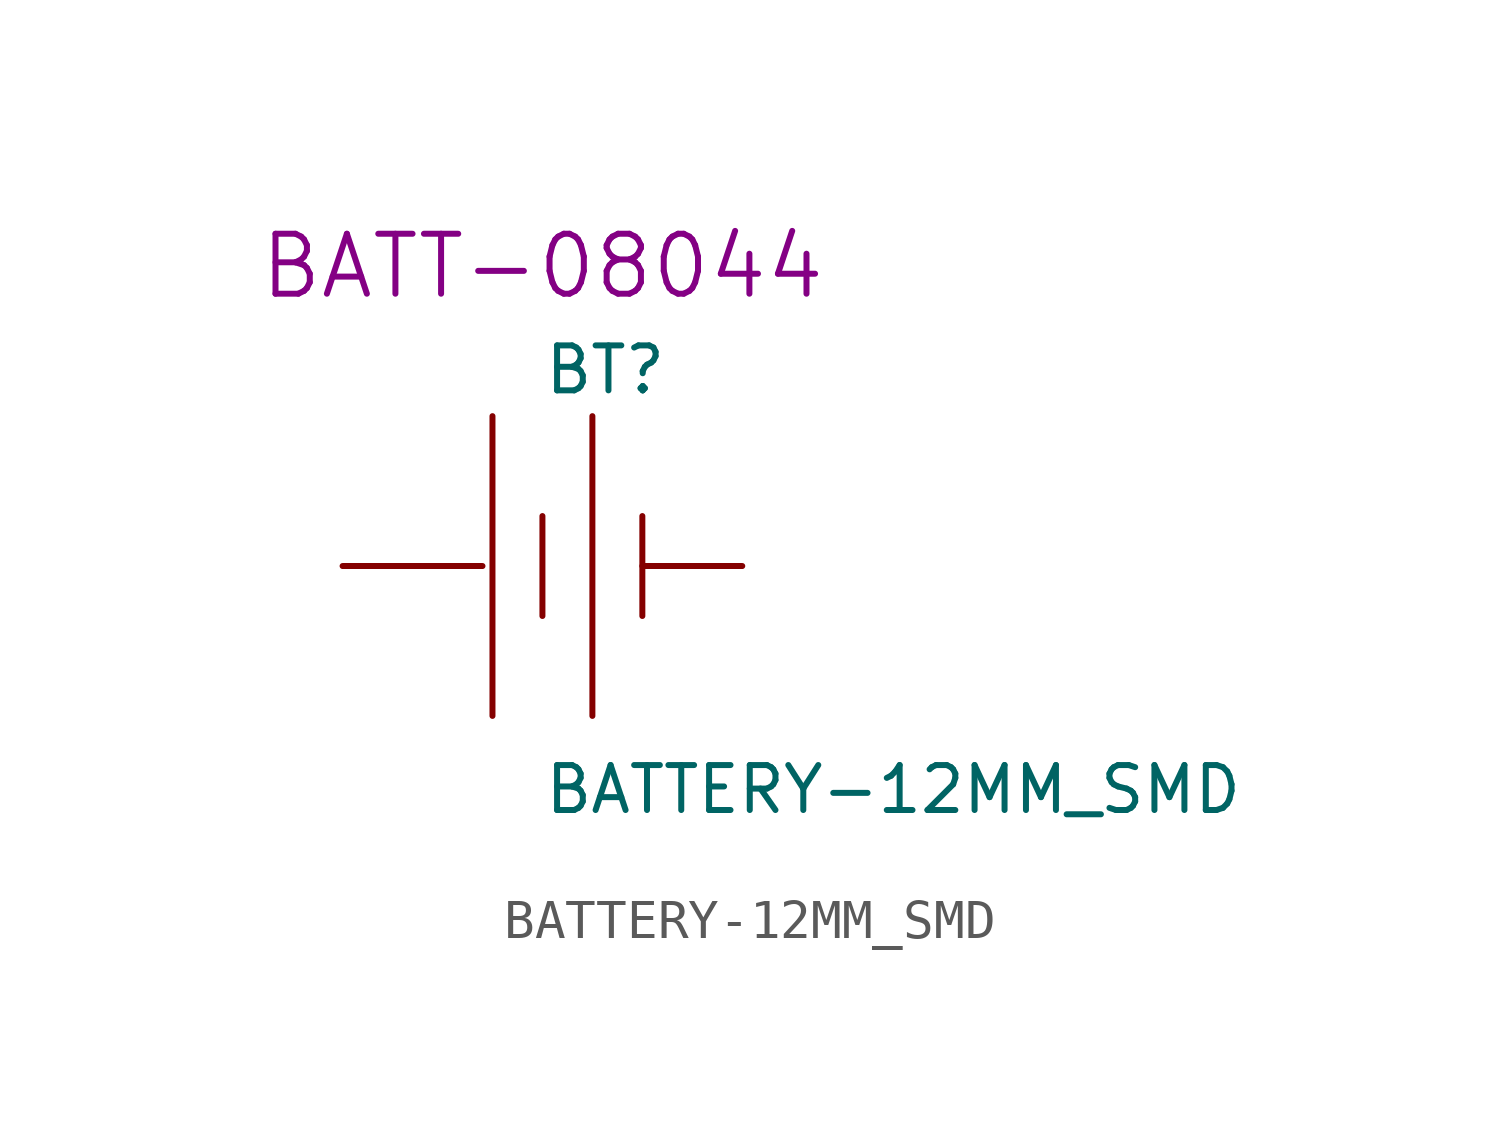
<source format=kicad_sym>
(kicad_symbol_lib
  (version 20220914)
  (generator kicad_symbol_editor)
  (symbol "BATTERY-12MM_SMD"
    (pin_numbers hide)
    (pin_names
      (offset 1.016) hide)
    (property "Reference" "BT"
      (at 0 4.318 0)
      (effects (font (size 1.143 1.143)) (justify left bottom)))
    (property "Value" "BATTERY-12MM_SMD"
      (at 0 -6.35 0)
      (effects (font (size 1.143 1.143)) (justify left bottom)))
    (property "Field4" "BATT-08044"
      (at 0 7.62 0)
      (effects (font (size 1.524 1.524))))
    (property "ki_locked" ""
      (at 0 0 0)
      (effects (font (size 1.27 1.27))))
    (symbol "BATTERY-12MM_SMD_1_0"
      (polyline (pts (xy -2.54 0) (xy -1.524 0)) (stroke (width 0) (type solid)) (fill (type none)))
      (polyline (pts (xy -1.27 3.81) (xy -1.27 -3.81)) (stroke (width 0) (type solid)) (fill (type none)))
      (polyline (pts (xy 0 1.27) (xy 0 -1.27)) (stroke (width 0) (type solid)) (fill (type none)))
      (polyline (pts (xy 1.27 3.81) (xy 1.27 -3.81)) (stroke (width 0) (type solid)) (fill (type none)))
      (polyline (pts (xy 2.54 1.27) (xy 2.54 -1.27)) (stroke (width 0) (type solid)) (fill (type none))))
    (symbol "BATTERY-12MM_SMD_1_1"
      (pin power_in line (at 5.08 0 180) (length 2.54) (name "-" (effects (font (size 1.016 1.016)))) (number "GND" (effects (font (size 1.016 1.016)))))
      (pin power_in line (at -5.08 0 0) (length 2.54) (name "+" (effects (font (size 1.016 1.016)))) (number "PWR@" (effects (font (size 1.016 1.016))))))))
</source>
